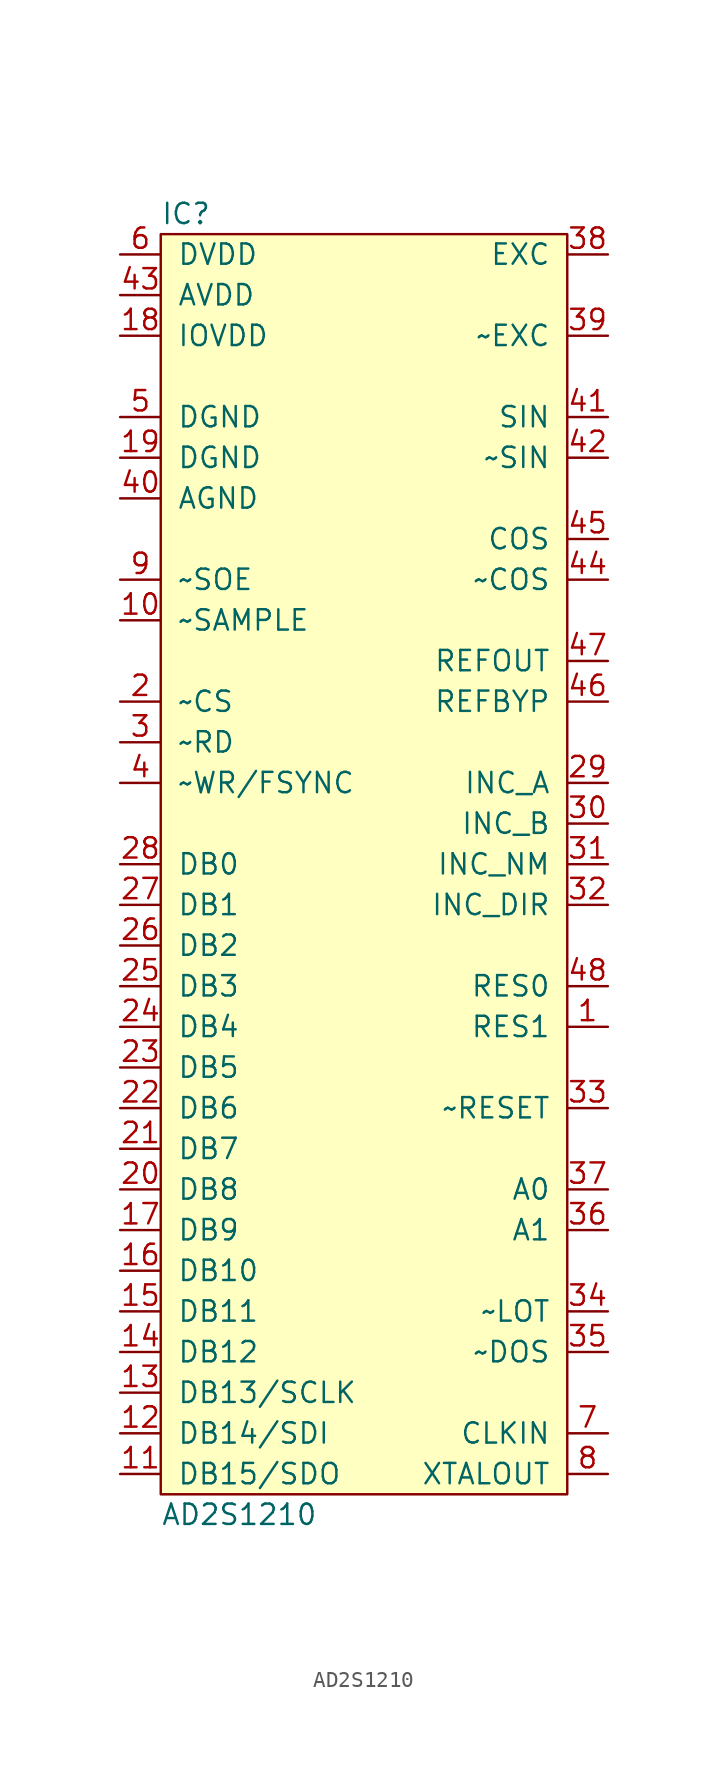
<source format=kicad_sym>
(kicad_symbol_lib
  (version 20211014)
  (generator agg_kicad.build_lib_ic)
  (symbol "AD2S1210"
    (pin_names
      (offset 1.016))
    (property Reference IC
      (at -12.7 40.64 0)
      (effects (font (size 1.27 1.27)) (justify left)))
    (property Value "AD2S1210"
      (at -12.7 -40.64 0)
      (effects (font (size 1.27 1.27)) (justify left)))
    (symbol "AD2S1210_0_0"
      (rectangle (start -12.7 39.37) (end 12.7 -39.37) (stroke (width 0) (type default) (color 0 0 0 0)) (fill (type background)))
      (pin power_in line (at -15.24 38.1 0) (length 2.54) (name DVDD (effects (font (size 1.27 1.27)))) (number "6" (effects (font (size 1.27 1.27)))))
      (pin power_in line (at -15.24 35.56 0) (length 2.54) (name AVDD (effects (font (size 1.27 1.27)))) (number "43" (effects (font (size 1.27 1.27)))))
      (pin power_in line (at -15.24 33.02 0) (length 2.54) (name IOVDD (effects (font (size 1.27 1.27)))) (number "18" (effects (font (size 1.27 1.27)))))
      (pin power_in line (at -15.24 27.94 0) (length 2.54) (name DGND (effects (font (size 1.27 1.27)))) (number "5" (effects (font (size 1.27 1.27)))))
      (pin power_in line (at -15.24 25.4 0) (length 2.54) (name DGND (effects (font (size 1.27 1.27)))) (number "19" (effects (font (size 1.27 1.27)))))
      (pin power_in line (at -15.24 22.86 0) (length 2.54) (name AGND (effects (font (size 1.27 1.27)))) (number "40" (effects (font (size 1.27 1.27)))))
      (pin input line (at -15.24 17.78 0) (length 2.54) (name "~SOE" (effects (font (size 1.27 1.27)))) (number "9" (effects (font (size 1.27 1.27)))))
      (pin input line (at -15.24 15.24 0) (length 2.54) (name "~SAMPLE" (effects (font (size 1.27 1.27)))) (number "10" (effects (font (size 1.27 1.27)))))
      (pin input line (at -15.24 10.16 0) (length 2.54) (name "~CS" (effects (font (size 1.27 1.27)))) (number "2" (effects (font (size 1.27 1.27)))))
      (pin input line (at -15.24 7.62 0) (length 2.54) (name "~RD" (effects (font (size 1.27 1.27)))) (number "3" (effects (font (size 1.27 1.27)))))
      (pin input line (at -15.24 5.08 0) (length 2.54) (name "~WR/FSYNC" (effects (font (size 1.27 1.27)))) (number "4" (effects (font (size 1.27 1.27)))))
      (pin input line (at -15.24 0 0) (length 2.54) (name "DB0" (effects (font (size 1.27 1.27)))) (number "28" (effects (font (size 1.27 1.27)))))
      (pin input line (at -15.24 -2.54 0) (length 2.54) (name "DB1" (effects (font (size 1.27 1.27)))) (number "27" (effects (font (size 1.27 1.27)))))
      (pin input line (at -15.24 -5.08 0) (length 2.54) (name "DB2" (effects (font (size 1.27 1.27)))) (number "26" (effects (font (size 1.27 1.27)))))
      (pin input line (at -15.24 -7.62 0) (length 2.54) (name "DB3" (effects (font (size 1.27 1.27)))) (number "25" (effects (font (size 1.27 1.27)))))
      (pin input line (at -15.24 -10.16 0) (length 2.54) (name "DB4" (effects (font (size 1.27 1.27)))) (number "24" (effects (font (size 1.27 1.27)))))
      (pin input line (at -15.24 -12.7 0) (length 2.54) (name "DB5" (effects (font (size 1.27 1.27)))) (number "23" (effects (font (size 1.27 1.27)))))
      (pin input line (at -15.24 -15.24 0) (length 2.54) (name "DB6" (effects (font (size 1.27 1.27)))) (number "22" (effects (font (size 1.27 1.27)))))
      (pin input line (at -15.24 -17.78 0) (length 2.54) (name "DB7" (effects (font (size 1.27 1.27)))) (number "21" (effects (font (size 1.27 1.27)))))
      (pin input line (at -15.24 -20.32 0) (length 2.54) (name "DB8" (effects (font (size 1.27 1.27)))) (number "20" (effects (font (size 1.27 1.27)))))
      (pin input line (at -15.24 -22.86 0) (length 2.54) (name "DB9" (effects (font (size 1.27 1.27)))) (number "17" (effects (font (size 1.27 1.27)))))
      (pin input line (at -15.24 -25.4 0) (length 2.54) (name "DB10" (effects (font (size 1.27 1.27)))) (number "16" (effects (font (size 1.27 1.27)))))
      (pin input line (at -15.24 -27.94 0) (length 2.54) (name "DB11" (effects (font (size 1.27 1.27)))) (number "15" (effects (font (size 1.27 1.27)))))
      (pin input line (at -15.24 -30.48 0) (length 2.54) (name "DB12" (effects (font (size 1.27 1.27)))) (number "14" (effects (font (size 1.27 1.27)))))
      (pin input line (at -15.24 -33.02 0) (length 2.54) (name "DB13/SCLK" (effects (font (size 1.27 1.27)))) (number "13" (effects (font (size 1.27 1.27)))))
      (pin input line (at -15.24 -35.56 0) (length 2.54) (name "DB14/SDI" (effects (font (size 1.27 1.27)))) (number "12" (effects (font (size 1.27 1.27)))))
      (pin input line (at -15.24 -38.1 0) (length 2.54) (name "DB15/SDO" (effects (font (size 1.27 1.27)))) (number "11" (effects (font (size 1.27 1.27)))))
      (pin output line (at 15.24 38.1 180) (length 2.54) (name EXC (effects (font (size 1.27 1.27)))) (number "38" (effects (font (size 1.27 1.27)))))
      (pin output line (at 15.24 33.02 180) (length 2.54) (name "~EXC" (effects (font (size 1.27 1.27)))) (number "39" (effects (font (size 1.27 1.27)))))
      (pin input line (at 15.24 27.94 180) (length 2.54) (name SIN (effects (font (size 1.27 1.27)))) (number "41" (effects (font (size 1.27 1.27)))))
      (pin input line (at 15.24 25.4 180) (length 2.54) (name "~SIN" (effects (font (size 1.27 1.27)))) (number "42" (effects (font (size 1.27 1.27)))))
      (pin input line (at 15.24 20.32 180) (length 2.54) (name COS (effects (font (size 1.27 1.27)))) (number "45" (effects (font (size 1.27 1.27)))))
      (pin input line (at 15.24 17.78 180) (length 2.54) (name "~COS" (effects (font (size 1.27 1.27)))) (number "44" (effects (font (size 1.27 1.27)))))
      (pin output line (at 15.24 12.7 180) (length 2.54) (name REFOUT (effects (font (size 1.27 1.27)))) (number "47" (effects (font (size 1.27 1.27)))))
      (pin input line (at 15.24 10.16 180) (length 2.54) (name REFBYP (effects (font (size 1.27 1.27)))) (number "46" (effects (font (size 1.27 1.27)))))
      (pin output line (at 15.24 5.08 180) (length 2.54) (name INC_A (effects (font (size 1.27 1.27)))) (number "29" (effects (font (size 1.27 1.27)))))
      (pin output line (at 15.24 2.54 180) (length 2.54) (name INC_B (effects (font (size 1.27 1.27)))) (number "30" (effects (font (size 1.27 1.27)))))
      (pin output line (at 15.24 0 180) (length 2.54) (name INC_NM (effects (font (size 1.27 1.27)))) (number "31" (effects (font (size 1.27 1.27)))))
      (pin output line (at 15.24 -2.54 180) (length 2.54) (name INC_DIR (effects (font (size 1.27 1.27)))) (number "32" (effects (font (size 1.27 1.27)))))
      (pin input line (at 15.24 -7.62 180) (length 2.54) (name "RES0" (effects (font (size 1.27 1.27)))) (number "48" (effects (font (size 1.27 1.27)))))
      (pin input line (at 15.24 -10.16 180) (length 2.54) (name "RES1" (effects (font (size 1.27 1.27)))) (number "1" (effects (font (size 1.27 1.27)))))
      (pin input line (at 15.24 -15.24 180) (length 2.54) (name "~RESET" (effects (font (size 1.27 1.27)))) (number "33" (effects (font (size 1.27 1.27)))))
      (pin input line (at 15.24 -20.32 180) (length 2.54) (name "A0" (effects (font (size 1.27 1.27)))) (number "37" (effects (font (size 1.27 1.27)))))
      (pin input line (at 15.24 -22.86 180) (length 2.54) (name "A1" (effects (font (size 1.27 1.27)))) (number "36" (effects (font (size 1.27 1.27)))))
      (pin output line (at 15.24 -27.94 180) (length 2.54) (name "~LOT" (effects (font (size 1.27 1.27)))) (number "34" (effects (font (size 1.27 1.27)))))
      (pin output line (at 15.24 -30.48 180) (length 2.54) (name "~DOS" (effects (font (size 1.27 1.27)))) (number "35" (effects (font (size 1.27 1.27)))))
      (pin input line (at 15.24 -35.56 180) (length 2.54) (name CLKIN (effects (font (size 1.27 1.27)))) (number "7" (effects (font (size 1.27 1.27)))))
      (pin output line (at 15.24 -38.1 180) (length 2.54) (name XTALOUT (effects (font (size 1.27 1.27)))) (number "8" (effects (font (size 1.27 1.27))))))))
</source>
